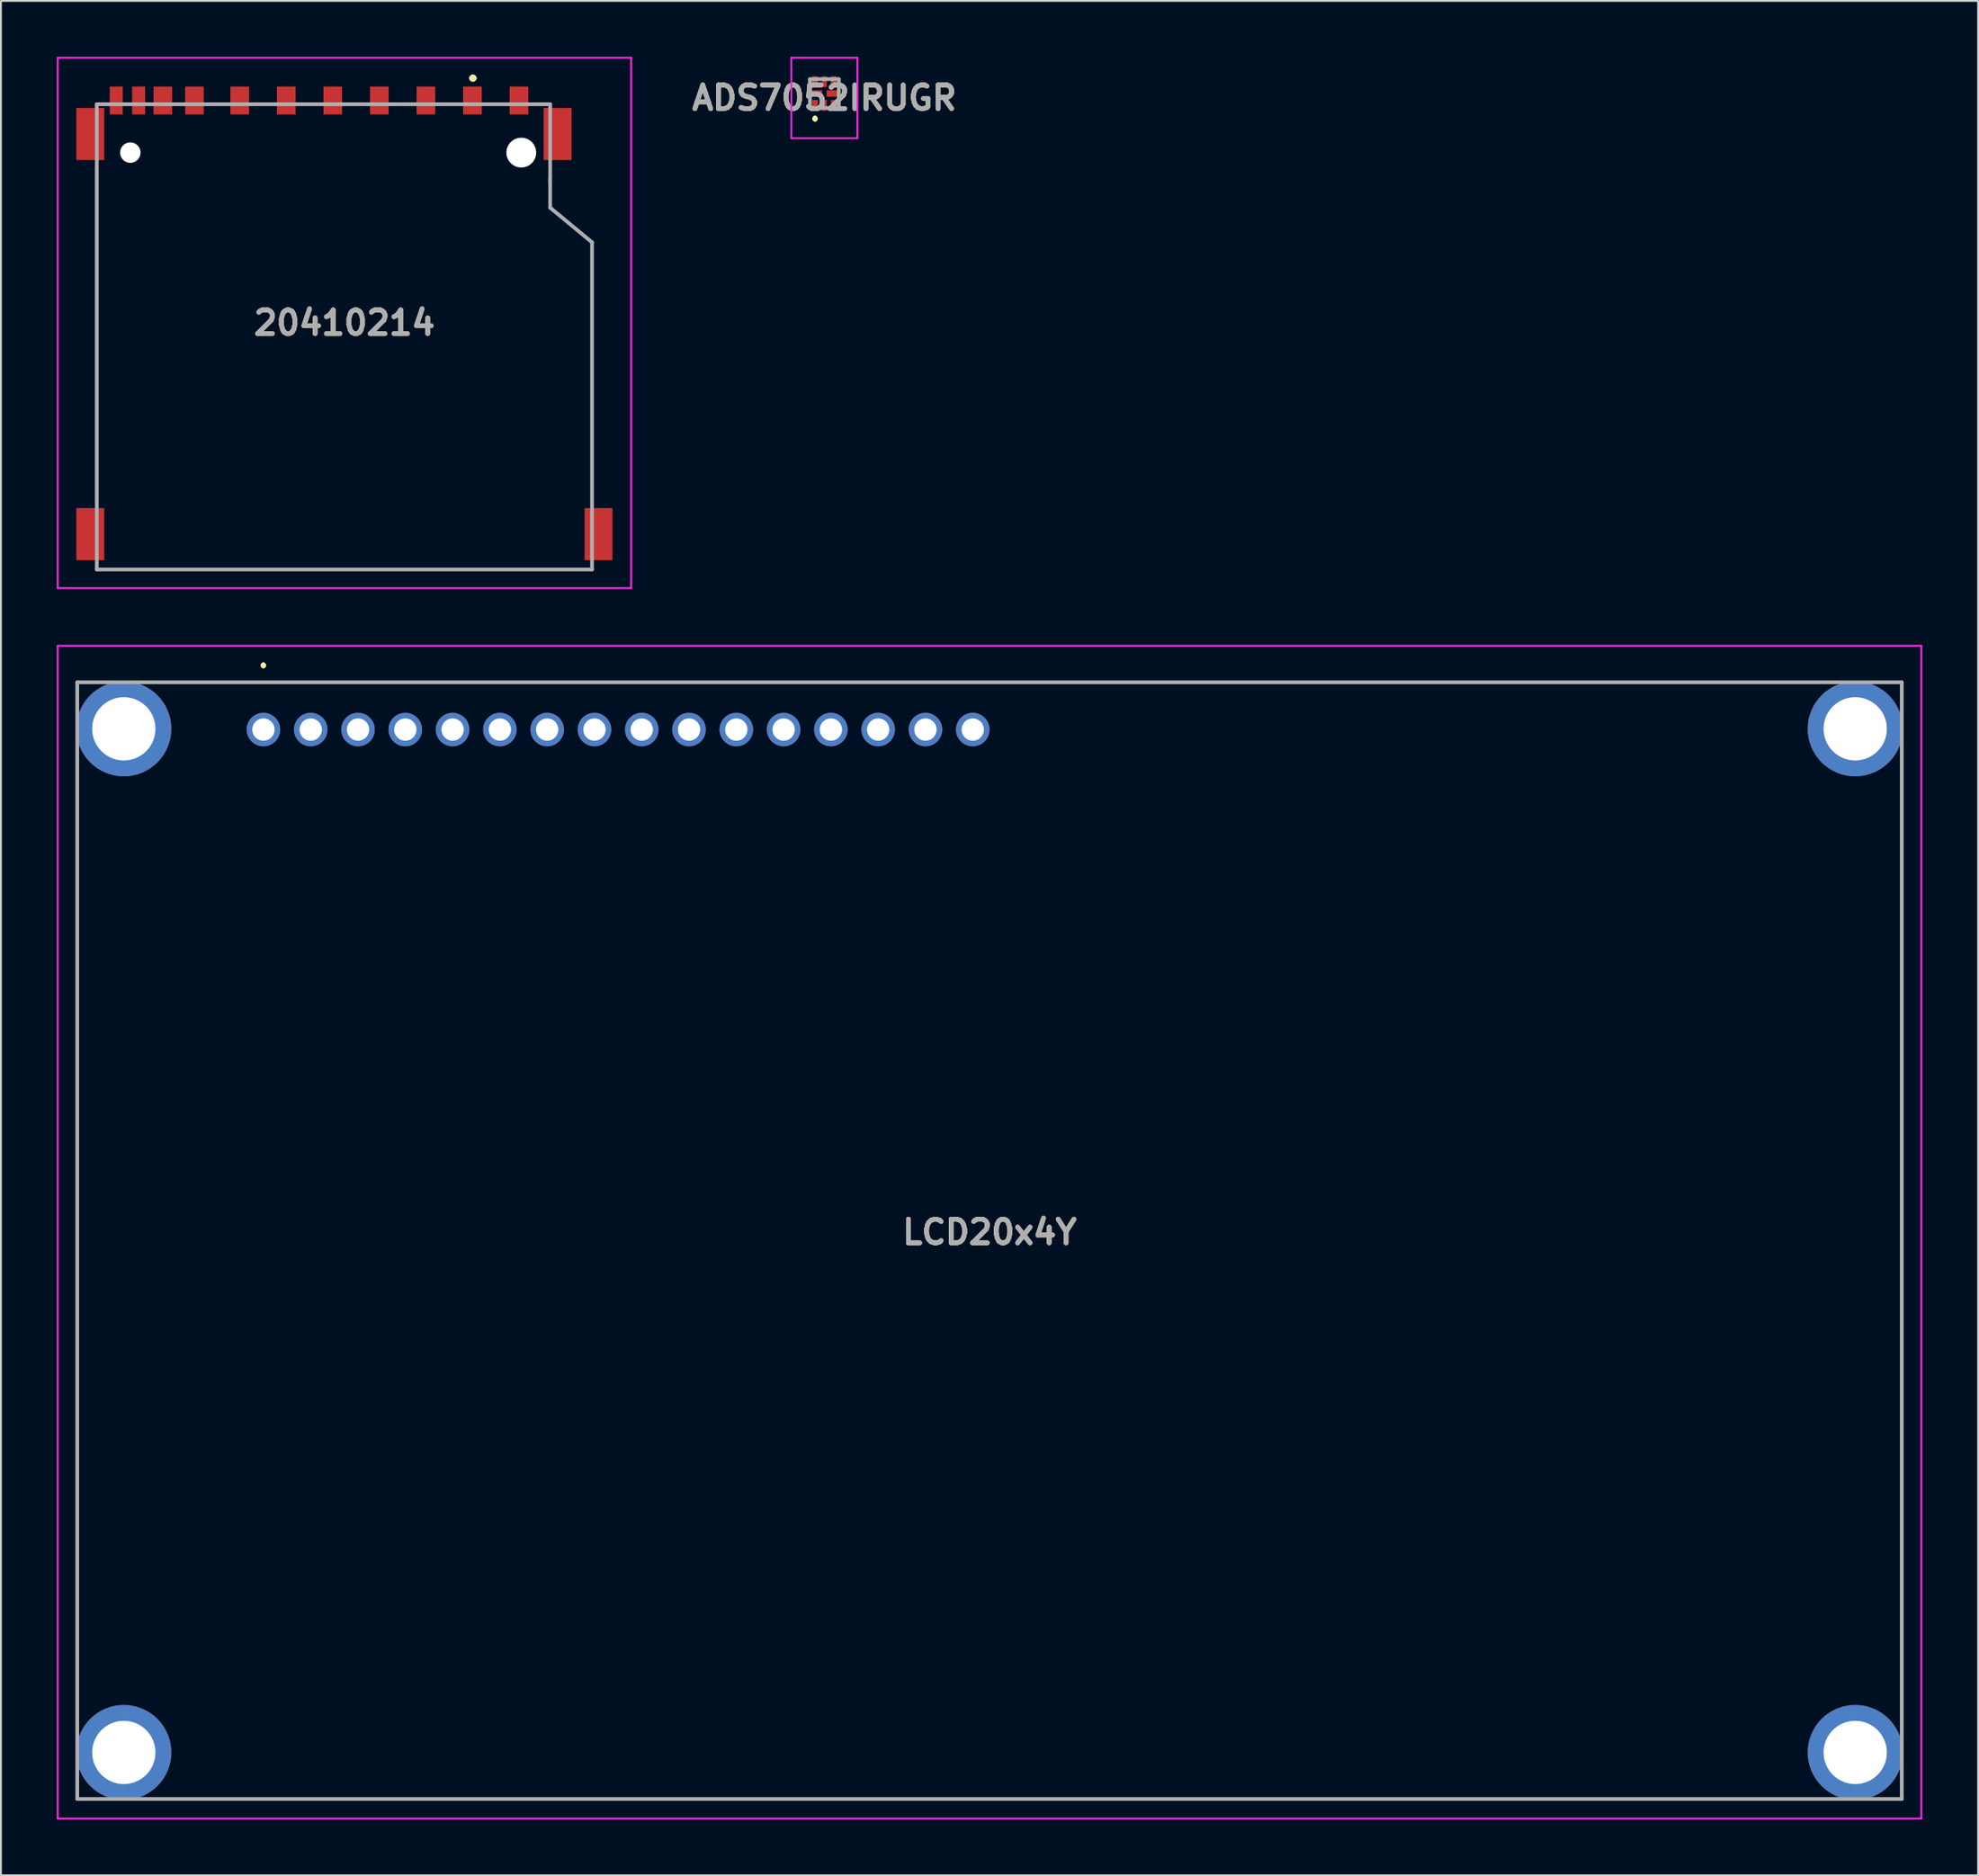
<source format=kicad_pcb>
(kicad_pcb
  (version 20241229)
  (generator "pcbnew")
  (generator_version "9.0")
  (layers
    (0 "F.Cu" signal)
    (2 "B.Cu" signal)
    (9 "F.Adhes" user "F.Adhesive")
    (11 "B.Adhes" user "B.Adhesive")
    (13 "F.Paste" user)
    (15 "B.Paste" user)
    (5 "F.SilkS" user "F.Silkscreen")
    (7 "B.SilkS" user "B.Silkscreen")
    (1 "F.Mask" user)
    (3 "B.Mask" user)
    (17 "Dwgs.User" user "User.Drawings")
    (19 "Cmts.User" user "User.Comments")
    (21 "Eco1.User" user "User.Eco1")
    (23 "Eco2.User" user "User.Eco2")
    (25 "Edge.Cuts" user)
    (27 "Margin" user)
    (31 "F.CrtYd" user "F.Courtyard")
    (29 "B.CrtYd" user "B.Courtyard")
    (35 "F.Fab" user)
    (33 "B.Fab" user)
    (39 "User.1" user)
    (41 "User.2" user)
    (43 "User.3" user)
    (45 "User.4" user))
  (footprint "20410214"
    (layer "F.Cu")
    (at 29.1 27.025)
    (property "Reference" "20410214" (at -13.65 -12.725 0) (layer "F.SilkS") (effects (font (size 1.27 1.27) (thickness 0.254))))
    (attr through_hole)
    (fp_line (start -26.95 -20.475) (end -26.95 -3.475) (stroke (width 0.1) (type solid)) (layer "F.SilkS"))
    (fp_line (start -26.95 0.525) (end -0.35 0.525) (stroke (width 0.1) (type solid)) (layer "F.SilkS"))
    (fp_line (start -6.85 -25.875) (end -6.85 -25.875) (stroke (width 0.2) (type solid)) (layer "F.SilkS"))
    (fp_line (start -6.65 -25.875) (end -6.65 -25.875) (stroke (width 0.2) (type solid)) (layer "F.SilkS"))
    (fp_line (start -2.6 -18.915) (end -2.65 -20.475) (stroke (width 0.1) (type solid)) (layer "F.SilkS"))
    (fp_line (start -0.35 -17.055) (end -2.6 -18.915) (stroke (width 0.1) (type solid)) (layer "F.SilkS"))
    (fp_line (start -0.35 -3.475) (end -0.35 -17.055) (stroke (width 0.1) (type solid)) (layer "F.SilkS"))
    (fp_arc (start -6.85 -25.875) (mid -6.75 -25.975) (end -6.65 -25.875) (stroke (width 0.2) (type solid)) (layer "F.SilkS"))
    (fp_arc (start -6.65 -25.875) (mid -6.75 -25.775) (end -6.85 -25.875) (stroke (width 0.2) (type solid)) (layer "F.SilkS"))
    (fp_line (start -29.05 -26.975) (end 1.75 -26.975) (stroke (width 0.1) (type solid)) (layer "F.CrtYd"))
    (fp_line (start -29.05 1.525) (end -29.05 -26.975) (stroke (width 0.1) (type solid)) (layer "F.CrtYd"))
    (fp_line (start 1.75 -26.975) (end 1.75 1.525) (stroke (width 0.1) (type solid)) (layer "F.CrtYd"))
    (fp_line (start 1.75 1.525) (end -29.05 1.525) (stroke (width 0.1) (type solid)) (layer "F.CrtYd"))
    (fp_line (start -26.95 -24.475) (end -2.6 -24.475) (stroke (width 0.2) (type solid)) (layer "F.Fab"))
    (fp_line (start -26.95 0.525) (end -26.95 -24.475) (stroke (width 0.2) (type solid)) (layer "F.Fab"))
    (fp_line (start -2.6 -24.475) (end -2.6 -18.915) (stroke (width 0.2) (type solid)) (layer "F.Fab"))
    (fp_line (start -2.6 -18.915) (end -0.35 -17.055) (stroke (width 0.2) (type solid)) (layer "F.Fab"))
    (fp_line (start -0.35 -17.055) (end -0.35 0.525) (stroke (width 0.2) (type solid)) (layer "F.Fab"))
    (fp_line (start -0.35 0.525) (end -26.95 0.525) (stroke (width 0.2) (type solid)) (layer "F.Fab"))
    (fp_text user "${REFERENCE}" (at -13.65 -12.725 0) (layer "F.Fab") (effects (font (size 1.27 1.27) (thickness 0.254))))
    (pad "" np_thru_hole circle (at -25.15 -21.875) (size 1.1 1.1) (drill 1.1) (layers "*.Cu" "*.Mask"))
    (pad "" np_thru_hole circle (at -4.15 -21.875) (size 1.6 1.6) (drill 1.6) (layers "*.Cu" "*.Mask"))
    (pad "1" smd rect (at -6.775 -24.675) (size 1 1.5) (layers "F.Cu" "F.Mask" "F.Paste"))
    (pad "2" smd rect (at -9.275 -24.675) (size 1 1.5) (layers "F.Cu" "F.Mask" "F.Paste"))
    (pad "3" smd rect (at -11.775 -24.675) (size 1 1.5) (layers "F.Cu" "F.Mask" "F.Paste"))
    (pad "4" smd rect (at -14.275 -24.675) (size 1 1.5) (layers "F.Cu" "F.Mask" "F.Paste"))
    (pad "5" smd rect (at -16.775 -24.675) (size 1 1.5) (layers "F.Cu" "F.Mask" "F.Paste"))
    (pad "6" smd rect (at -19.275 -24.675) (size 1 1.5) (layers "F.Cu" "F.Mask" "F.Paste"))
    (pad "7" smd rect (at -21.705 -24.675) (size 1 1.5) (layers "F.Cu" "F.Mask" "F.Paste"))
    (pad "8" smd rect (at -23.405 -24.675) (size 1 1.5) (layers "F.Cu" "F.Mask" "F.Paste"))
    (pad "9" smd rect (at -4.275 -24.675) (size 1 1.5) (layers "F.Cu" "F.Mask" "F.Paste"))
    (pad "10" smd rect (at -24.705 -24.675) (size 0.7 1.5) (layers "F.Cu" "F.Mask" "F.Paste"))
    (pad "11" smd rect (at -25.905 -24.675) (size 0.7 1.5) (layers "F.Cu" "F.Mask" "F.Paste"))
    (pad "12" smd rect (at -27.3 -22.875) (size 1.5 2.8) (layers "F.Cu" "F.Mask" "F.Paste"))
    (pad "13" smd rect (at -27.3 -1.375) (size 1.5 2.8) (layers "F.Cu" "F.Mask" "F.Paste"))
    (pad "14" smd rect (at 0 -1.375) (size 1.5 2.8) (layers "F.Cu" "F.Mask" "F.Paste"))
    (pad "15" smd rect (at -2.2 -22.875) (size 1.5 2.8) (layers "F.Cu" "F.Mask" "F.Paste")))
  (footprint "ADS7052IRUGR"
    (layer "F.Cu")
    (at 41.23 1.975)
    (property "Reference" "ADS7052IRUGR" (at 0 0.237 0) (layer "F.SilkS") (effects (font (size 1.27 1.27) (thickness 0.254))))
    (attr smd)
    (fp_line (start -0.5 1.3) (end -0.5 1.3) (stroke (width 0.2) (type solid)) (layer "F.SilkS"))
    (fp_line (start -0.5 1.3) (end -0.5 1.3) (stroke (width 0.2) (type solid)) (layer "F.SilkS"))
    (fp_line (start -0.5 1.4) (end -0.5 1.4) (stroke (width 0.2) (type solid)) (layer "F.SilkS"))
    (fp_arc (start -0.5 1.3) (mid -0.45 1.35) (end -0.5 1.4) (stroke (width 0.2) (type solid)) (layer "F.SilkS"))
    (fp_arc (start -0.5 1.4) (mid -0.55 1.35) (end -0.5 1.3) (stroke (width 0.2) (type solid)) (layer "F.SilkS"))
    (fp_arc (start -0.5 1.4) (mid -0.55 1.35) (end -0.5 1.3) (stroke (width 0.2) (type solid)) (layer "F.SilkS"))
    (fp_line (start -1.775 -1.925) (end 1.775 -1.925) (stroke (width 0.1) (type solid)) (layer "F.CrtYd"))
    (fp_line (start -1.775 2.4) (end -1.775 -1.925) (stroke (width 0.1) (type solid)) (layer "F.CrtYd"))
    (fp_line (start 1.775 -1.925) (end 1.775 2.4) (stroke (width 0.1) (type solid)) (layer "F.CrtYd"))
    (fp_line (start 1.775 2.4) (end -1.775 2.4) (stroke (width 0.1) (type solid)) (layer "F.CrtYd"))
    (fp_line (start -0.775 -0.775) (end 0.775 -0.775) (stroke (width 0.2) (type solid)) (layer "F.Fab"))
    (fp_line (start -0.775 0.775) (end -0.775 -0.775) (stroke (width 0.2) (type solid)) (layer "F.Fab"))
    (fp_line (start 0.775 -0.775) (end 0.775 0.775) (stroke (width 0.2) (type solid)) (layer "F.Fab"))
    (fp_line (start 0.775 0.775) (end -0.775 0.775) (stroke (width 0.2) (type solid)) (layer "F.Fab"))
    (fp_text user "${REFERENCE}" (at 0 0.237 0) (layer "F.Fab") (effects (font (size 1.27 1.27) (thickness 0.254))))
    (pad "1" smd rect (at -0.5 0.635) (size 0.3 0.58) (layers "F.Cu" "F.Mask" "F.Paste"))
    (pad "2" smd rect (at 0 0.635) (size 0.25 0.58) (layers "F.Cu" "F.Mask" "F.Paste"))
    (pad "3" smd rect (at 0.5 0.635) (size 0.3 0.58) (layers "F.Cu" "F.Mask" "F.Paste"))
    (pad "4" smd rect (at 0.435 0 90) (size 0.35 0.63) (layers "F.Cu" "F.Mask" "F.Paste"))
    (pad "5" smd rect (at 0.5 -0.635) (size 0.3 0.58) (layers "F.Cu" "F.Mask" "F.Paste"))
    (pad "6" smd rect (at 0 -0.635) (size 0.25 0.58) (layers "F.Cu" "F.Mask" "F.Paste"))
    (pad "7" smd rect (at -0.5 -0.635) (size 0.3 0.58) (layers "F.Cu" "F.Mask" "F.Paste"))
    (pad "8" smd rect (at -0.435 0 90) (size 0.35 0.63) (layers "F.Cu" "F.Mask" "F.Paste")))
  (footprint "LCD20x4Y"
    (layer "F.Cu")
    (at 11.1 36.15)
    (property "Reference" "LCD20x4Y" (at 39 27.005 0) (layer "F.SilkS") (effects (font (size 1.27 1.27) (thickness 0.254))))
    (attr through_hole)
    (fp_line (start -10 3.21) (end -10 3.21) (stroke (width 0.1) (type solid)) (layer "F.SilkS"))
    (fp_line (start -10 3.21) (end -10 51.96) (stroke (width 0.1) (type solid)) (layer "F.SilkS"))
    (fp_line (start -10 51.96) (end -10 3.21) (stroke (width 0.1) (type solid)) (layer "F.SilkS"))
    (fp_line (start -10 51.96) (end -10 51.96) (stroke (width 0.1) (type solid)) (layer "F.SilkS"))
    (fp_line (start -4.5 -2.54) (end -4.5 -2.54) (stroke (width 0.1) (type solid)) (layer "F.SilkS"))
    (fp_line (start -4.5 -2.54) (end 82.25 -2.54) (stroke (width 0.1) (type solid)) (layer "F.SilkS"))
    (fp_line (start -4.5 57.46) (end -4.5 57.46) (stroke (width 0.1) (type solid)) (layer "F.SilkS"))
    (fp_line (start -4.5 57.46) (end 82.5 57.46) (stroke (width 0.1) (type solid)) (layer "F.SilkS"))
    (fp_line (start 0 -3.5) (end 0 -3.5) (stroke (width 0.2) (type solid)) (layer "F.SilkS"))
    (fp_line (start 0 -3.5) (end 0 -3.5) (stroke (width 0.2) (type solid)) (layer "F.SilkS"))
    (fp_line (start 0 -3.4) (end 0 -3.4) (stroke (width 0.2) (type solid)) (layer "F.SilkS"))
    (fp_line (start 82.25 -2.54) (end -4.5 -2.54) (stroke (width 0.1) (type solid)) (layer "F.SilkS"))
    (fp_line (start 82.25 -2.54) (end 82.25 -2.54) (stroke (width 0.1) (type solid)) (layer "F.SilkS"))
    (fp_line (start 82.5 57.46) (end -4.5 57.46) (stroke (width 0.1) (type solid)) (layer "F.SilkS"))
    (fp_line (start 82.5 57.46) (end 82.5 57.46) (stroke (width 0.1) (type solid)) (layer "F.SilkS"))
    (fp_line (start 88 2.96) (end 88 2.96) (stroke (width 0.1) (type solid)) (layer "F.SilkS"))
    (fp_line (start 88 2.96) (end 88 51.96) (stroke (width 0.1) (type solid)) (layer "F.SilkS"))
    (fp_line (start 88 51.96) (end 88 2.96) (stroke (width 0.1) (type solid)) (layer "F.SilkS"))
    (fp_line (start 88 51.96) (end 88 51.96) (stroke (width 0.1) (type solid)) (layer "F.SilkS"))
    (fp_arc (start 0 -3.5) (mid 0.05 -3.45) (end 0 -3.4) (stroke (width 0.2) (type solid)) (layer "F.SilkS"))
    (fp_arc (start 0 -3.4) (mid -0.05 -3.45) (end 0 -3.5) (stroke (width 0.2) (type solid)) (layer "F.SilkS"))
    (fp_arc (start 0 -3.4) (mid -0.05 -3.45) (end 0 -3.5) (stroke (width 0.2) (type solid)) (layer "F.SilkS"))
    (fp_line (start -11.05 -4.5) (end 89.05 -4.5) (stroke (width 0.1) (type solid)) (layer "F.CrtYd"))
    (fp_line (start -11.05 58.51) (end -11.05 -4.5) (stroke (width 0.1) (type solid)) (layer "F.CrtYd"))
    (fp_line (start 89.05 -4.5) (end 89.05 58.51) (stroke (width 0.1) (type solid)) (layer "F.CrtYd"))
    (fp_line (start 89.05 58.51) (end -11.05 58.51) (stroke (width 0.1) (type solid)) (layer "F.CrtYd"))
    (fp_line (start -10 -2.54) (end -10 57.46) (stroke (width 0.2) (type solid)) (layer "F.Fab"))
    (fp_line (start -10 57.46) (end 88 57.46) (stroke (width 0.2) (type solid)) (layer "F.Fab"))
    (fp_line (start 88 -2.54) (end -10 -2.54) (stroke (width 0.2) (type solid)) (layer "F.Fab"))
    (fp_line (start 88 57.46) (end 88 -2.54) (stroke (width 0.2) (type solid)) (layer "F.Fab"))
    (fp_text user "${REFERENCE}" (at 39 27.005 0) (layer "F.Fab") (effects (font (size 1.27 1.27) (thickness 0.254))))
    (pad "1" thru_hole circle (at 0 0) (size 1.8 1.8) (drill 1.2) (layers "*.Cu" "*.Mask"))
    (pad "2" thru_hole circle (at 2.54 0) (size 1.8 1.8) (drill 1.2) (layers "*.Cu" "*.Mask"))
    (pad "3" thru_hole circle (at 5.08 0) (size 1.8 1.8) (drill 1.2) (layers "*.Cu" "*.Mask"))
    (pad "4" thru_hole circle (at 7.62 0) (size 1.8 1.8) (drill 1.2) (layers "*.Cu" "*.Mask"))
    (pad "5" thru_hole circle (at 10.16 0) (size 1.8 1.8) (drill 1.2) (layers "*.Cu" "*.Mask"))
    (pad "6" thru_hole circle (at 12.7 0) (size 1.8 1.8) (drill 1.2) (layers "*.Cu" "*.Mask"))
    (pad "7" thru_hole circle (at 15.24 0) (size 1.8 1.8) (drill 1.2) (layers "*.Cu" "*.Mask"))
    (pad "8" thru_hole circle (at 17.78 0) (size 1.8 1.8) (drill 1.2) (layers "*.Cu" "*.Mask"))
    (pad "9" thru_hole circle (at 20.32 0) (size 1.8 1.8) (drill 1.2) (layers "*.Cu" "*.Mask"))
    (pad "10" thru_hole circle (at 22.86 0) (size 1.8 1.8) (drill 1.2) (layers "*.Cu" "*.Mask"))
    (pad "11" thru_hole circle (at 25.4 0) (size 1.8 1.8) (drill 1.2) (layers "*.Cu" "*.Mask"))
    (pad "12" thru_hole circle (at 27.94 0) (size 1.8 1.8) (drill 1.2) (layers "*.Cu" "*.Mask"))
    (pad "13" thru_hole circle (at 30.48 0) (size 1.8 1.8) (drill 1.2) (layers "*.Cu" "*.Mask"))
    (pad "14" thru_hole circle (at 33.02 0) (size 1.8 1.8) (drill 1.2) (layers "*.Cu" "*.Mask"))
    (pad "15" thru_hole circle (at 35.56 0) (size 1.8 1.8) (drill 1.2) (layers "*.Cu" "*.Mask"))
    (pad "16" thru_hole circle (at 38.1 0) (size 1.8 1.8) (drill 1.2) (layers "*.Cu" "*.Mask"))
    (pad "MH1" thru_hole circle (at -7.5 -0.04) (size 5.1 5.1) (drill 3.4) (layers "*.Cu" "*.Mask"))
    (pad "MH2" thru_hole circle (at 85.5 -0.04) (size 5.1 5.1) (drill 3.4) (layers "*.Cu" "*.Mask"))
    (pad "MH3" thru_hole circle (at 85.5 54.96) (size 5.1 5.1) (drill 3.4) (layers "*.Cu" "*.Mask"))
    (pad "MH4" thru_hole circle (at -7.5 54.96) (size 5.1 5.1) (drill 3.4) (layers "*.Cu" "*.Mask")))
  (gr_rect
    (start -3 -3)
    (end 103.2 97.71)
    (stroke (width 0.1) (type default))
    (fill no)
    (layer "Edge.Cuts")))
</source>
